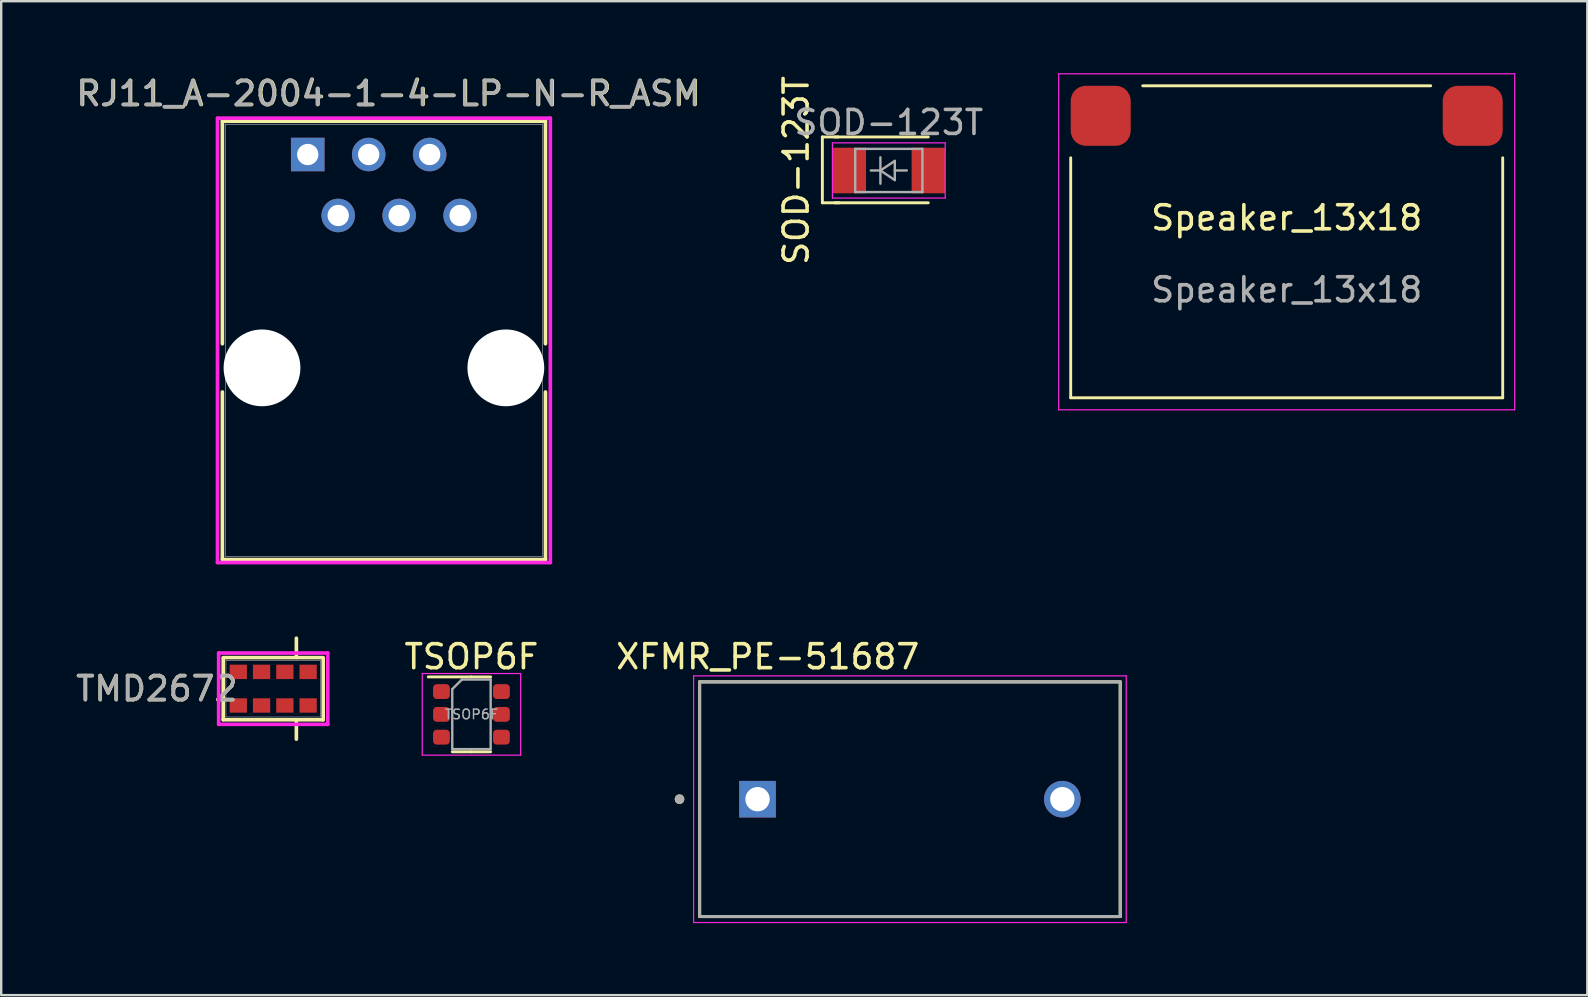
<source format=kicad_pcb>
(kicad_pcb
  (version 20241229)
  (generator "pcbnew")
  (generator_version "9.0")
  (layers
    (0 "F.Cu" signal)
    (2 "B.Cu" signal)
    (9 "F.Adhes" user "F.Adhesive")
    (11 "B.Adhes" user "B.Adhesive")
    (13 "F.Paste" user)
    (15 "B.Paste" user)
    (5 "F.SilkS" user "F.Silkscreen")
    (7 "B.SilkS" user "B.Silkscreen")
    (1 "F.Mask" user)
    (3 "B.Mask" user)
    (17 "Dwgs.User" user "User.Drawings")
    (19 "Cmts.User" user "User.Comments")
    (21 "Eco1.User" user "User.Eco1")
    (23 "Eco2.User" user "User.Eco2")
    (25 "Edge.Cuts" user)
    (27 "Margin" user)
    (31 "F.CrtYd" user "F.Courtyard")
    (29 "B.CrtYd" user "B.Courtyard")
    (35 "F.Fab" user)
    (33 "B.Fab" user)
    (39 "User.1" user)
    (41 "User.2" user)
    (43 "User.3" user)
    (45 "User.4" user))
  (footprint "Speaker_13x18"
    (layer "F.Cu")
    (at 50.563 7.025)
    (property "Reference" "Speaker_13x18" (at 0 -1 0) (unlocked yes) (layer "F.SilkS") (effects (font (size 1 1) (thickness 0.15))))
    (attr smd)
    (fp_line (start -9 6.5) (end -9 -3.5) (stroke (width 0.12) (type solid)) (layer "F.SilkS"))
    (fp_line (start -6 -6.5) (end 6 -6.5) (stroke (width 0.12) (type solid)) (layer "F.SilkS"))
    (fp_line (start 9 -3.5) (end 9 6.5) (stroke (width 0.12) (type solid)) (layer "F.SilkS"))
    (fp_line (start 9 6.5) (end -9 6.5) (stroke (width 0.12) (type solid)) (layer "F.SilkS"))
    (fp_line (start -9.5 -7) (end 9.5 -7) (stroke (width 0.05) (type solid)) (layer "F.CrtYd"))
    (fp_line (start -9.5 7) (end -9.5 -7) (stroke (width 0.05) (type solid)) (layer "F.CrtYd"))
    (fp_line (start 9.5 -7) (end 9.5 7) (stroke (width 0.05) (type solid)) (layer "F.CrtYd"))
    (fp_line (start 9.5 7) (end -9.5 7) (stroke (width 0.05) (type solid)) (layer "F.CrtYd"))
    (fp_text user "${REFERENCE}" (at 0 2 0) (unlocked yes) (layer "F.Fab") (effects (font (size 1 1) (thickness 0.15))))
    (pad "1" smd roundrect (at -7.75 -5.25) (size 2.5 2.5) (layers "F.Cu" "F.Mask" "F.Paste") (roundrect_rratio 0.25))
    (pad "2" smd roundrect (at 7.75 -5.25) (size 2.5 2.5) (layers "F.Cu" "F.Mask" "F.Paste") (roundrect_rratio 0.25)))
  (footprint "TSOP6F"
    (layer "F.Cu")
    (at 16.594 26.715)
    (property "Reference" "TSOP6F" (at 0 -2.4 0) (layer "F.SilkS") (effects (font (size 1 1) (thickness 0.15))))
    (attr smd)
    (fp_line (start 0 -1.56) (end -1.8 -1.56) (stroke (width 0.12) (type solid)) (layer "F.SilkS"))
    (fp_line (start 0 -1.56) (end 0.8 -1.56) (stroke (width 0.12) (type solid)) (layer "F.SilkS"))
    (fp_line (start 0 1.56) (end -0.8 1.56) (stroke (width 0.12) (type solid)) (layer "F.SilkS"))
    (fp_line (start 0 1.56) (end 0.8 1.56) (stroke (width 0.12) (type solid)) (layer "F.SilkS"))
    (fp_line (start -2.05 -1.7) (end -2.05 1.7) (stroke (width 0.05) (type solid)) (layer "F.CrtYd"))
    (fp_line (start -2.05 1.7) (end 2.05 1.7) (stroke (width 0.05) (type solid)) (layer "F.CrtYd"))
    (fp_line (start 2.05 -1.7) (end -2.05 -1.7) (stroke (width 0.05) (type solid)) (layer "F.CrtYd"))
    (fp_line (start 2.05 1.7) (end 2.05 -1.7) (stroke (width 0.05) (type solid)) (layer "F.CrtYd"))
    (fp_line (start -0.8 -1.05) (end -0.4 -1.45) (stroke (width 0.1) (type solid)) (layer "F.Fab"))
    (fp_line (start -0.8 1.45) (end -0.8 -1.05) (stroke (width 0.1) (type solid)) (layer "F.Fab"))
    (fp_line (start -0.4 -1.45) (end 0.8 -1.45) (stroke (width 0.1) (type solid)) (layer "F.Fab"))
    (fp_line (start 0.8 -1.45) (end 0.8 1.45) (stroke (width 0.1) (type solid)) (layer "F.Fab"))
    (fp_line (start 0.8 1.45) (end -0.8 1.45) (stroke (width 0.1) (type solid)) (layer "F.Fab"))
    (fp_text user "${REFERENCE}" (at 0 0 0) (layer "F.Fab") (effects (font (size 0.4 0.4) (thickness 0.06))))
    (pad "1" smd roundrect (at -1.25 -0.95) (size 0.7 0.62) (layers "F.Cu" "F.Mask" "F.Paste") (roundrect_rratio 0.25))
    (pad "2" smd roundrect (at -1.25 0) (size 0.7 0.62) (layers "F.Cu" "F.Mask" "F.Paste") (roundrect_rratio 0.25))
    (pad "3" smd roundrect (at -1.25 0.95) (size 0.7 0.62) (layers "F.Cu" "F.Mask" "F.Paste") (roundrect_rratio 0.25))
    (pad "4" smd roundrect (at 1.25 0.95) (size 0.7 0.62) (layers "F.Cu" "F.Mask" "F.Paste") (roundrect_rratio 0.25))
    (pad "5" smd roundrect (at 1.25 0) (size 0.7 0.62) (layers "F.Cu" "F.Mask" "F.Paste") (roundrect_rratio 0.25))
    (pad "6" smd roundrect (at 1.25 -0.95) (size 0.7 0.62) (layers "F.Cu" "F.Mask" "F.Paste") (roundrect_rratio 0.25)))
  (footprint "RJ11_A-2004-1-4-LP-N-R_ASM"
    (layer "F.Cu")
    (at 16.122 5.928)
    (property "Reference" "RJ11_A-2004-1-4-LP-N-R_ASM" (at -2.972 -5.08 0) (unlocked yes) (layer "F.SilkS") (effects (font (size 1 1) (thickness 0.15))))
    (attr through_hole)
    (fp_line (start -9.906 -3.927) (end -9.906 5.345) (stroke (width 0.152) (type solid)) (layer "F.SilkS"))
    (fp_line (start -9.906 7.355) (end -9.906 14.336) (stroke (width 0.152) (type solid)) (layer "F.SilkS"))
    (fp_line (start -9.906 14.336) (end 3.556 14.336) (stroke (width 0.152) (type solid)) (layer "F.SilkS"))
    (fp_line (start 3.556 -3.927) (end -9.906 -3.927) (stroke (width 0.152) (type solid)) (layer "F.SilkS"))
    (fp_line (start 3.556 5.345) (end 3.556 -3.927) (stroke (width 0.152) (type solid)) (layer "F.SilkS"))
    (fp_line (start 3.556 14.336) (end 3.556 7.355) (stroke (width 0.152) (type solid)) (layer "F.SilkS"))
    (fp_line (start -10.109 -4.054) (end -10.109 14.463) (stroke (width 0.152) (type solid)) (layer "F.CrtYd"))
    (fp_line (start -10.109 14.463) (end 3.759 14.463) (stroke (width 0.152) (type solid)) (layer "F.CrtYd"))
    (fp_line (start 3.759 -4.054) (end -10.109 -4.054) (stroke (width 0.152) (type solid)) (layer "F.CrtYd"))
    (fp_line (start 3.759 14.463) (end 3.759 -4.054) (stroke (width 0.152) (type solid)) (layer "F.CrtYd"))
    (fp_line (start -9.779 -3.8) (end -9.779 14.209) (stroke (width 0.025) (type solid)) (layer "F.Fab"))
    (fp_line (start -9.779 14.209) (end 3.429 14.209) (stroke (width 0.025) (type solid)) (layer "F.Fab"))
    (fp_line (start 3.429 -3.8) (end -9.779 -3.8) (stroke (width 0.025) (type solid)) (layer "F.Fab"))
    (fp_line (start 3.429 14.209) (end 3.429 -3.8) (stroke (width 0.025) (type solid)) (layer "F.Fab"))
    (fp_text user "${REFERENCE}" (at -2.997 -5.08 0) (unlocked yes) (layer "F.Fab") (effects (font (size 1 1) (thickness 0.15))))
    (pad "" np_thru_hole circle (at -8.255 6.35) (size 3.2 3.2) (drill 3.2) (layers "*.Cu" "*.Mask"))
    (pad "" np_thru_hole circle (at 1.905 6.35) (size 3.2 3.2) (drill 3.2) (layers "*.Cu" "*.Mask"))
    (pad "1" thru_hole rect (at -6.35 -2.54) (size 1.397 1.397) (drill 0.889) (layers "*.Cu" "*.Mask"))
    (pad "2" thru_hole circle (at -5.08 0) (size 1.397 1.397) (drill 0.889) (layers "*.Cu" "*.Mask"))
    (pad "3" thru_hole circle (at -3.81 -2.54) (size 1.397 1.397) (drill 0.889) (layers "*.Cu" "*.Mask"))
    (pad "4" thru_hole circle (at -2.54 0) (size 1.397 1.397) (drill 0.889) (layers "*.Cu" "*.Mask"))
    (pad "5" thru_hole circle (at -1.27 -2.54) (size 1.397 1.397) (drill 0.889) (layers "*.Cu" "*.Mask"))
    (pad "6" thru_hole circle (at 0 0) (size 1.397 1.397) (drill 0.889) (layers "*.Cu" "*.Mask")))
  (footprint "TMD2672"
    (layer "F.Cu")
    (at 8.334 25.645)
    (property "Reference" "TMD2672" (at -4.851 0 0) (unlocked yes) (layer "F.SilkS") (effects (font (size 1 1) (thickness 0.15))))
    (attr smd)
    (fp_line (start -2.083 -1.257) (end -2.083 1.295) (stroke (width 0.152) (type solid)) (layer "F.SilkS"))
    (fp_line (start 0.965 -1.302) (end 0.965 -2.102) (stroke (width 0.152) (type solid)) (layer "F.SilkS"))
    (fp_line (start 0.965 2.102) (end 0.965 1.302) (stroke (width 0.152) (type solid)) (layer "F.SilkS"))
    (fp_line (start 2.032 -1.295) (end -2.083 -1.295) (stroke (width 0.152) (type solid)) (layer "F.SilkS"))
    (fp_line (start 2.083 1.295) (end -2.083 1.295) (stroke (width 0.152) (type solid)) (layer "F.SilkS"))
    (fp_line (start 2.083 1.295) (end 2.083 -1.295) (stroke (width 0.152) (type solid)) (layer "F.SilkS"))
    (fp_line (start -2.273 -1.486) (end -2.273 1.486) (stroke (width 0.152) (type solid)) (layer "F.CrtYd"))
    (fp_line (start -2.273 1.486) (end 2.273 1.486) (stroke (width 0.152) (type solid)) (layer "F.CrtYd"))
    (fp_line (start 2.273 -1.486) (end -2.273 -1.486) (stroke (width 0.152) (type solid)) (layer "F.CrtYd"))
    (fp_line (start 2.273 1.486) (end 2.273 -1.486) (stroke (width 0.152) (type solid)) (layer "F.CrtYd"))
    (fp_line (start -1.97 -1.18) (end -1.97 1.18) (stroke (width 0.025) (type solid)) (layer "F.Fab"))
    (fp_line (start -1.97 1.18) (end 1.97 1.18) (stroke (width 0.025) (type solid)) (layer "F.Fab"))
    (fp_line (start 1.97 -1.18) (end -1.97 -1.18) (stroke (width 0.025) (type solid)) (layer "F.Fab"))
    (fp_line (start 1.97 1.18) (end 1.97 -1.18) (stroke (width 0.025) (type solid)) (layer "F.Fab"))
    (fp_text user "${REFERENCE}" (at -4.851 0 0) (unlocked yes) (layer "F.Fab") (effects (font (size 1 1) (thickness 0.15))))
    (pad "1" smd rect (at -1.455 0.7) (size 0.72 0.6) (layers "F.Cu" "F.Mask" "F.Paste"))
    (pad "2" smd rect (at -0.485 0.7) (size 0.72 0.6) (layers "F.Cu" "F.Mask" "F.Paste"))
    (pad "3" smd rect (at 0.485 0.7) (size 0.72 0.6) (layers "F.Cu" "F.Mask" "F.Paste"))
    (pad "4" smd rect (at 1.455 0.7) (size 0.72 0.6) (layers "F.Cu" "F.Mask" "F.Paste"))
    (pad "5" smd rect (at -1.455 -0.7) (size 0.72 0.6) (layers "F.Cu" "F.Mask" "F.Paste"))
    (pad "6" smd rect (at -0.485 -0.7) (size 0.72 0.6) (layers "F.Cu" "F.Mask" "F.Paste"))
    (pad "7" smd rect (at 0.485 -0.7) (size 0.72 0.6) (layers "F.Cu" "F.Mask" "F.Paste"))
    (pad "8" smd rect (at 1.455 -0.7) (size 0.72 0.6) (layers "F.Cu" "F.Mask" "F.Paste")))
  (footprint "XFMR_PE-51687"
    (layer "F.Cu")
    (at 34.864 30.25)
    (property "Reference" "XFMR_PE-51687" (at -5.925 -5.935 0) (layer "F.SilkS") (effects (font (size 1 1) (thickness 0.15))))
    (attr through_hole)
    (fp_line (start -8.763 -4.889) (end 8.763 -4.889) (stroke (width 0.127) (type solid)) (layer "F.SilkS"))
    (fp_line (start -8.763 4.889) (end -8.763 -4.889) (stroke (width 0.127) (type solid)) (layer "F.SilkS"))
    (fp_line (start 8.763 -4.889) (end 8.763 4.889) (stroke (width 0.127) (type solid)) (layer "F.SilkS"))
    (fp_line (start 8.763 4.889) (end -8.763 4.889) (stroke (width 0.127) (type solid)) (layer "F.SilkS"))
    (fp_circle (center -9.6 0) (end -9.5 0) (stroke (width 0.2) (type solid)) (fill no) (layer "F.SilkS"))
    (fp_line (start -9.013 -5.139) (end 9.013 -5.139) (stroke (width 0.05) (type solid)) (layer "F.CrtYd"))
    (fp_line (start -9.013 5.139) (end -9.013 -5.139) (stroke (width 0.05) (type solid)) (layer "F.CrtYd"))
    (fp_line (start 9.013 -5.139) (end 9.013 5.139) (stroke (width 0.05) (type solid)) (layer "F.CrtYd"))
    (fp_line (start 9.013 5.139) (end -9.013 5.139) (stroke (width 0.05) (type solid)) (layer "F.CrtYd"))
    (fp_line (start -8.763 -4.889) (end 8.763 -4.889) (stroke (width 0.127) (type solid)) (layer "F.Fab"))
    (fp_line (start -8.763 4.889) (end -8.763 -4.889) (stroke (width 0.127) (type solid)) (layer "F.Fab"))
    (fp_line (start 8.763 -4.889) (end 8.763 4.889) (stroke (width 0.127) (type solid)) (layer "F.Fab"))
    (fp_line (start 8.763 4.889) (end -8.763 4.889) (stroke (width 0.127) (type solid)) (layer "F.Fab"))
    (fp_circle (center -9.6 0) (end -9.5 0) (stroke (width 0.2) (type solid)) (fill no) (layer "F.Fab"))
    (pad "1" thru_hole rect (at -6.35 0) (size 1.524 1.524) (drill 1.016) (layers "*.Cu" "*.Mask"))
    (pad "2" thru_hole circle (at 6.35 0) (size 1.524 1.524) (drill 1.016) (layers "*.Cu" "*.Mask")))
  (footprint "SOD-123T"
    (layer "F.Cu")
    (at 33.984 4.054)
    (property "Reference" "SOD-123T" (at -3.861 0 90) (layer "F.SilkS") (effects (font (size 1 1) (thickness 0.15))))
    (attr smd)
    (fp_line (start -2.769 -1.397) (end -2.769 1.346) (stroke (width 0.12) (type solid)) (layer "F.SilkS"))
    (fp_line (start -2.769 1.346) (end -2.057 1.346) (stroke (width 0.12) (type solid)) (layer "F.SilkS"))
    (fp_line (start -2.255 -1.397) (end 1.645 -1.397) (stroke (width 0.12) (type solid)) (layer "F.SilkS"))
    (fp_line (start -2.255 1.346) (end 1.645 1.346) (stroke (width 0.12) (type solid)) (layer "F.SilkS"))
    (fp_line (start -2.105 -1.397) (end -2.772 -1.397) (stroke (width 0.12) (type solid)) (layer "F.SilkS"))
    (fp_line (start -2.35 -1.15) (end -2.35 1.15) (stroke (width 0.05) (type solid)) (layer "F.CrtYd"))
    (fp_line (start -2.35 -1.15) (end 2.35 -1.15) (stroke (width 0.05) (type solid)) (layer "F.CrtYd"))
    (fp_line (start 2.35 -1.15) (end 2.35 1.15) (stroke (width 0.05) (type solid)) (layer "F.CrtYd"))
    (fp_line (start 2.35 1.15) (end -2.35 1.15) (stroke (width 0.05) (type solid)) (layer "F.CrtYd"))
    (fp_line (start -1.4 -0.9) (end 1.4 -0.9) (stroke (width 0.1) (type solid)) (layer "F.Fab"))
    (fp_line (start -1.4 0.9) (end -1.4 -0.9) (stroke (width 0.1) (type solid)) (layer "F.Fab"))
    (fp_line (start -0.75 0) (end -0.35 0) (stroke (width 0.1) (type solid)) (layer "F.Fab"))
    (fp_line (start -0.35 0) (end -0.35 -0.55) (stroke (width 0.1) (type solid)) (layer "F.Fab"))
    (fp_line (start -0.35 0) (end -0.35 0.55) (stroke (width 0.1) (type solid)) (layer "F.Fab"))
    (fp_line (start -0.35 0) (end 0.25 -0.4) (stroke (width 0.1) (type solid)) (layer "F.Fab"))
    (fp_line (start 0.25 -0.4) (end 0.25 0.4) (stroke (width 0.1) (type solid)) (layer "F.Fab"))
    (fp_line (start 0.25 0) (end 0.75 0) (stroke (width 0.1) (type solid)) (layer "F.Fab"))
    (fp_line (start 0.25 0.4) (end -0.35 0) (stroke (width 0.1) (type solid)) (layer "F.Fab"))
    (fp_line (start 1.4 -0.9) (end 1.4 0.9) (stroke (width 0.1) (type solid)) (layer "F.Fab"))
    (fp_line (start 1.4 0.9) (end -1.4 0.9) (stroke (width 0.1) (type solid)) (layer "F.Fab"))
    (fp_text user "${REFERENCE}" (at 0 -2 180) (layer "F.Fab") (effects (font (size 1 1) (thickness 0.15))))
    (pad "1" smd rect (at -1.65 0) (size 1.4 1.9) (layers "F.Cu" "F.Mask" "F.Paste"))
    (pad "2" smd rect (at 1.65 0) (size 1.4 1.9) (layers "F.Cu" "F.Mask" "F.Paste")))
  (gr_rect
    (start -3 -3)
    (end 63.088 38.415)
    (stroke (width 0.1) (type default))
    (fill no)
    (layer "Edge.Cuts")))
</source>
